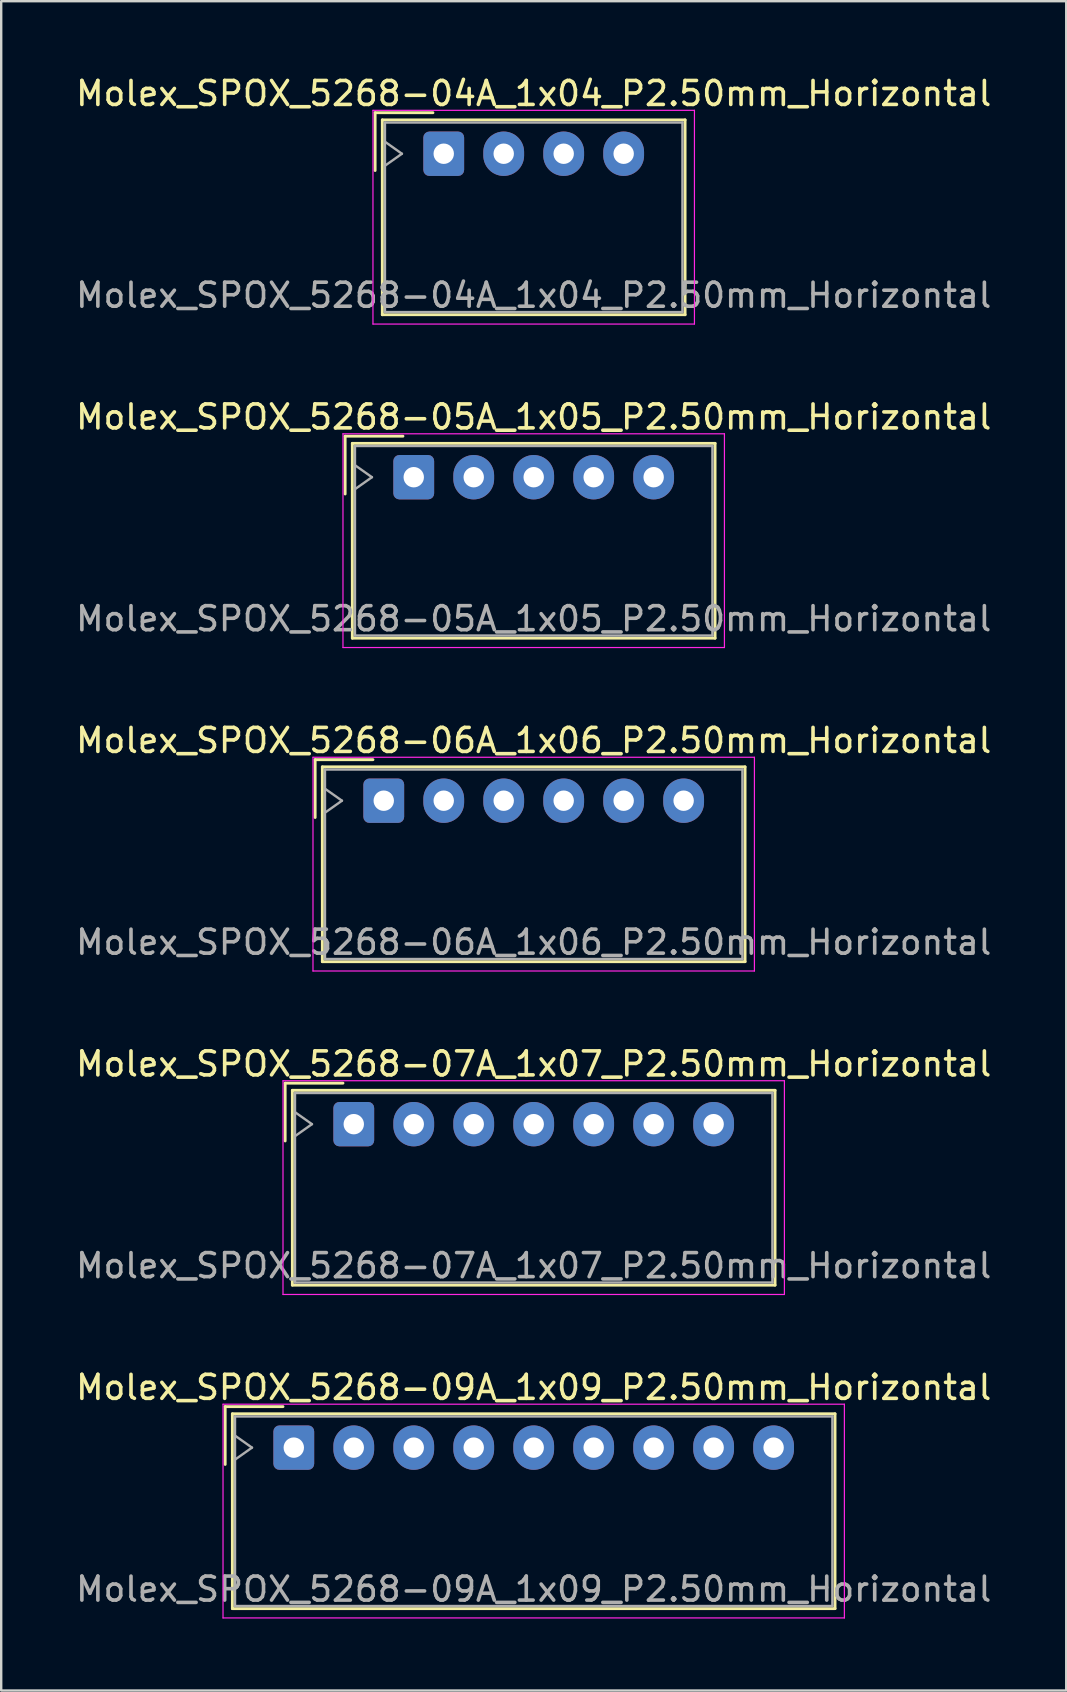
<source format=kicad_pcb>
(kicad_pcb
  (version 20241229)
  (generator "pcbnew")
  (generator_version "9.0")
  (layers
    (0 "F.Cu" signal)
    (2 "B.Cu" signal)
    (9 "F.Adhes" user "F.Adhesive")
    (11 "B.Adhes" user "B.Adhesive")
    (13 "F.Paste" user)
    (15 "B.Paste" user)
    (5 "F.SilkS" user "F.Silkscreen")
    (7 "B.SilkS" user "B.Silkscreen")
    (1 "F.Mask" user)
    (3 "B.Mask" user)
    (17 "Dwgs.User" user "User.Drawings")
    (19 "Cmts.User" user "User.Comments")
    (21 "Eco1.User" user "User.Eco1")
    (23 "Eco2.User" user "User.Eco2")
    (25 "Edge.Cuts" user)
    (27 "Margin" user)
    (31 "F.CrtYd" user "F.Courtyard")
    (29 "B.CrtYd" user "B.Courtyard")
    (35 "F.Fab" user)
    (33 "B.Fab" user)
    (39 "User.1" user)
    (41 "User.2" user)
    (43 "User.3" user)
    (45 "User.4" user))
  (footprint "Molex_SPOX_5268-09A_1x09_P2.50mm_Horizontal"
    (layer "F.Cu")
    (at 9.196 57.291)
    (property "Reference" "Molex_SPOX_5268-09A_1x09_P2.50mm_Horizontal" (at 10 -2.51 0) (layer "F.SilkS") (effects (font (size 1 1) (thickness 0.15))))
    (attr through_hole)
    (fp_line (start -2.86 -1.71) (end -0.45 -1.71) (stroke (width 0.12) (type solid)) (layer "F.SilkS"))
    (fp_line (start -2.86 0.7) (end -2.86 -1.71) (stroke (width 0.12) (type solid)) (layer "F.SilkS"))
    (fp_line (start -2.56 -1.41) (end -2.56 6.71) (stroke (width 0.12) (type solid)) (layer "F.SilkS"))
    (fp_line (start -2.56 6.71) (end 22.56 6.71) (stroke (width 0.12) (type solid)) (layer "F.SilkS"))
    (fp_line (start 22.56 -1.41) (end -2.56 -1.41) (stroke (width 0.12) (type solid)) (layer "F.SilkS"))
    (fp_line (start 22.56 6.71) (end 22.56 -1.41) (stroke (width 0.12) (type solid)) (layer "F.SilkS"))
    (fp_line (start -2.95 -1.81) (end -2.95 7.1) (stroke (width 0.05) (type solid)) (layer "F.CrtYd"))
    (fp_line (start -2.95 7.1) (end 22.95 7.1) (stroke (width 0.05) (type solid)) (layer "F.CrtYd"))
    (fp_line (start 22.95 -1.81) (end -2.95 -1.81) (stroke (width 0.05) (type solid)) (layer "F.CrtYd"))
    (fp_line (start 22.95 7.1) (end 22.95 -1.81) (stroke (width 0.05) (type solid)) (layer "F.CrtYd"))
    (fp_line (start -2.45 -1.3) (end -2.45 6.6) (stroke (width 0.1) (type solid)) (layer "F.Fab"))
    (fp_line (start -2.45 0.5) (end -1.743 0) (stroke (width 0.1) (type solid)) (layer "F.Fab"))
    (fp_line (start -2.45 6.6) (end 22.45 6.6) (stroke (width 0.1) (type solid)) (layer "F.Fab"))
    (fp_line (start -1.743 0) (end -2.45 -0.5) (stroke (width 0.1) (type solid)) (layer "F.Fab"))
    (fp_line (start 22.45 -1.3) (end -2.45 -1.3) (stroke (width 0.1) (type solid)) (layer "F.Fab"))
    (fp_line (start 22.45 6.6) (end 22.45 -1.3) (stroke (width 0.1) (type solid)) (layer "F.Fab"))
    (fp_text user "${REFERENCE}" (at 10 5.9 0) (layer "F.Fab") (effects (font (size 1 1) (thickness 0.15))))
    (pad "1" thru_hole roundrect (at 0 0) (size 1.7 1.85) (drill 0.85) (layers "*.Cu" "*.Mask") (roundrect_rratio 0.147))
    (pad "2" thru_hole oval (at 2.5 0) (size 1.7 1.85) (drill 0.85) (layers "*.Cu" "*.Mask"))
    (pad "3" thru_hole oval (at 5 0) (size 1.7 1.85) (drill 0.85) (layers "*.Cu" "*.Mask"))
    (pad "4" thru_hole oval (at 7.5 0) (size 1.7 1.85) (drill 0.85) (layers "*.Cu" "*.Mask"))
    (pad "5" thru_hole oval (at 10 0) (size 1.7 1.85) (drill 0.85) (layers "*.Cu" "*.Mask"))
    (pad "6" thru_hole oval (at 12.5 0) (size 1.7 1.85) (drill 0.85) (layers "*.Cu" "*.Mask"))
    (pad "7" thru_hole oval (at 15 0) (size 1.7 1.85) (drill 0.85) (layers "*.Cu" "*.Mask"))
    (pad "8" thru_hole oval (at 17.5 0) (size 1.7 1.85) (drill 0.85) (layers "*.Cu" "*.Mask"))
    (pad "9" thru_hole oval (at 20 0) (size 1.7 1.85) (drill 0.85) (layers "*.Cu" "*.Mask")))
  (footprint "Molex_SPOX_5268-06A_1x06_P2.50mm_Horizontal"
    (layer "F.Cu")
    (at 12.946 30.325)
    (property "Reference" "Molex_SPOX_5268-06A_1x06_P2.50mm_Horizontal" (at 6.25 -2.51 0) (layer "F.SilkS") (effects (font (size 1 1) (thickness 0.15))))
    (attr through_hole)
    (fp_line (start -2.86 -1.71) (end -0.45 -1.71) (stroke (width 0.12) (type solid)) (layer "F.SilkS"))
    (fp_line (start -2.86 0.7) (end -2.86 -1.71) (stroke (width 0.12) (type solid)) (layer "F.SilkS"))
    (fp_line (start -2.56 -1.41) (end -2.56 6.71) (stroke (width 0.12) (type solid)) (layer "F.SilkS"))
    (fp_line (start -2.56 6.71) (end 15.06 6.71) (stroke (width 0.12) (type solid)) (layer "F.SilkS"))
    (fp_line (start 15.06 -1.41) (end -2.56 -1.41) (stroke (width 0.12) (type solid)) (layer "F.SilkS"))
    (fp_line (start 15.06 6.71) (end 15.06 -1.41) (stroke (width 0.12) (type solid)) (layer "F.SilkS"))
    (fp_line (start -2.95 -1.81) (end -2.95 7.1) (stroke (width 0.05) (type solid)) (layer "F.CrtYd"))
    (fp_line (start -2.95 7.1) (end 15.45 7.1) (stroke (width 0.05) (type solid)) (layer "F.CrtYd"))
    (fp_line (start 15.45 -1.81) (end -2.95 -1.81) (stroke (width 0.05) (type solid)) (layer "F.CrtYd"))
    (fp_line (start 15.45 7.1) (end 15.45 -1.81) (stroke (width 0.05) (type solid)) (layer "F.CrtYd"))
    (fp_line (start -2.45 -1.3) (end -2.45 6.6) (stroke (width 0.1) (type solid)) (layer "F.Fab"))
    (fp_line (start -2.45 0.5) (end -1.743 0) (stroke (width 0.1) (type solid)) (layer "F.Fab"))
    (fp_line (start -2.45 6.6) (end 14.95 6.6) (stroke (width 0.1) (type solid)) (layer "F.Fab"))
    (fp_line (start -1.743 0) (end -2.45 -0.5) (stroke (width 0.1) (type solid)) (layer "F.Fab"))
    (fp_line (start 14.95 -1.3) (end -2.45 -1.3) (stroke (width 0.1) (type solid)) (layer "F.Fab"))
    (fp_line (start 14.95 6.6) (end 14.95 -1.3) (stroke (width 0.1) (type solid)) (layer "F.Fab"))
    (fp_text user "${REFERENCE}" (at 6.25 5.9 0) (layer "F.Fab") (effects (font (size 1 1) (thickness 0.15))))
    (pad "1" thru_hole roundrect (at 0 0) (size 1.7 1.85) (drill 0.85) (layers "*.Cu" "*.Mask") (roundrect_rratio 0.147))
    (pad "2" thru_hole oval (at 2.5 0) (size 1.7 1.85) (drill 0.85) (layers "*.Cu" "*.Mask"))
    (pad "3" thru_hole oval (at 5 0) (size 1.7 1.85) (drill 0.85) (layers "*.Cu" "*.Mask"))
    (pad "4" thru_hole oval (at 7.5 0) (size 1.7 1.85) (drill 0.85) (layers "*.Cu" "*.Mask"))
    (pad "5" thru_hole oval (at 10 0) (size 1.7 1.85) (drill 0.85) (layers "*.Cu" "*.Mask"))
    (pad "6" thru_hole oval (at 12.5 0) (size 1.7 1.85) (drill 0.85) (layers "*.Cu" "*.Mask")))
  (footprint "Molex_SPOX_5268-05A_1x05_P2.50mm_Horizontal"
    (layer "F.Cu")
    (at 14.196 16.841)
    (property "Reference" "Molex_SPOX_5268-05A_1x05_P2.50mm_Horizontal" (at 5 -2.51 0) (layer "F.SilkS") (effects (font (size 1 1) (thickness 0.15))))
    (attr through_hole)
    (fp_line (start -2.86 -1.71) (end -0.45 -1.71) (stroke (width 0.12) (type solid)) (layer "F.SilkS"))
    (fp_line (start -2.86 0.7) (end -2.86 -1.71) (stroke (width 0.12) (type solid)) (layer "F.SilkS"))
    (fp_line (start -2.56 -1.41) (end -2.56 6.71) (stroke (width 0.12) (type solid)) (layer "F.SilkS"))
    (fp_line (start -2.56 6.71) (end 12.56 6.71) (stroke (width 0.12) (type solid)) (layer "F.SilkS"))
    (fp_line (start 12.56 -1.41) (end -2.56 -1.41) (stroke (width 0.12) (type solid)) (layer "F.SilkS"))
    (fp_line (start 12.56 6.71) (end 12.56 -1.41) (stroke (width 0.12) (type solid)) (layer "F.SilkS"))
    (fp_line (start -2.95 -1.81) (end -2.95 7.1) (stroke (width 0.05) (type solid)) (layer "F.CrtYd"))
    (fp_line (start -2.95 7.1) (end 12.95 7.1) (stroke (width 0.05) (type solid)) (layer "F.CrtYd"))
    (fp_line (start 12.95 -1.81) (end -2.95 -1.81) (stroke (width 0.05) (type solid)) (layer "F.CrtYd"))
    (fp_line (start 12.95 7.1) (end 12.95 -1.81) (stroke (width 0.05) (type solid)) (layer "F.CrtYd"))
    (fp_line (start -2.45 -1.3) (end -2.45 6.6) (stroke (width 0.1) (type solid)) (layer "F.Fab"))
    (fp_line (start -2.45 0.5) (end -1.743 0) (stroke (width 0.1) (type solid)) (layer "F.Fab"))
    (fp_line (start -2.45 6.6) (end 12.45 6.6) (stroke (width 0.1) (type solid)) (layer "F.Fab"))
    (fp_line (start -1.743 0) (end -2.45 -0.5) (stroke (width 0.1) (type solid)) (layer "F.Fab"))
    (fp_line (start 12.45 -1.3) (end -2.45 -1.3) (stroke (width 0.1) (type solid)) (layer "F.Fab"))
    (fp_line (start 12.45 6.6) (end 12.45 -1.3) (stroke (width 0.1) (type solid)) (layer "F.Fab"))
    (fp_text user "${REFERENCE}" (at 5 5.9 0) (layer "F.Fab") (effects (font (size 1 1) (thickness 0.15))))
    (pad "1" thru_hole roundrect (at 0 0) (size 1.7 1.85) (drill 0.85) (layers "*.Cu" "*.Mask") (roundrect_rratio 0.147))
    (pad "2" thru_hole oval (at 2.5 0) (size 1.7 1.85) (drill 0.85) (layers "*.Cu" "*.Mask"))
    (pad "3" thru_hole oval (at 5 0) (size 1.7 1.85) (drill 0.85) (layers "*.Cu" "*.Mask"))
    (pad "4" thru_hole oval (at 7.5 0) (size 1.7 1.85) (drill 0.85) (layers "*.Cu" "*.Mask"))
    (pad "5" thru_hole oval (at 10 0) (size 1.7 1.85) (drill 0.85) (layers "*.Cu" "*.Mask")))
  (footprint "Molex_SPOX_5268-04A_1x04_P2.50mm_Horizontal"
    (layer "F.Cu")
    (at 15.446 3.358)
    (property "Reference" "Molex_SPOX_5268-04A_1x04_P2.50mm_Horizontal" (at 3.75 -2.51 0) (layer "F.SilkS") (effects (font (size 1 1) (thickness 0.15))))
    (attr through_hole)
    (fp_line (start -2.86 -1.71) (end -0.45 -1.71) (stroke (width 0.12) (type solid)) (layer "F.SilkS"))
    (fp_line (start -2.86 0.7) (end -2.86 -1.71) (stroke (width 0.12) (type solid)) (layer "F.SilkS"))
    (fp_line (start -2.56 -1.41) (end -2.56 6.71) (stroke (width 0.12) (type solid)) (layer "F.SilkS"))
    (fp_line (start -2.56 6.71) (end 10.06 6.71) (stroke (width 0.12) (type solid)) (layer "F.SilkS"))
    (fp_line (start 10.06 -1.41) (end -2.56 -1.41) (stroke (width 0.12) (type solid)) (layer "F.SilkS"))
    (fp_line (start 10.06 6.71) (end 10.06 -1.41) (stroke (width 0.12) (type solid)) (layer "F.SilkS"))
    (fp_line (start -2.95 -1.81) (end -2.95 7.1) (stroke (width 0.05) (type solid)) (layer "F.CrtYd"))
    (fp_line (start -2.95 7.1) (end 10.45 7.1) (stroke (width 0.05) (type solid)) (layer "F.CrtYd"))
    (fp_line (start 10.45 -1.81) (end -2.95 -1.81) (stroke (width 0.05) (type solid)) (layer "F.CrtYd"))
    (fp_line (start 10.45 7.1) (end 10.45 -1.81) (stroke (width 0.05) (type solid)) (layer "F.CrtYd"))
    (fp_line (start -2.45 -1.3) (end -2.45 6.6) (stroke (width 0.1) (type solid)) (layer "F.Fab"))
    (fp_line (start -2.45 0.5) (end -1.743 0) (stroke (width 0.1) (type solid)) (layer "F.Fab"))
    (fp_line (start -2.45 6.6) (end 9.95 6.6) (stroke (width 0.1) (type solid)) (layer "F.Fab"))
    (fp_line (start -1.743 0) (end -2.45 -0.5) (stroke (width 0.1) (type solid)) (layer "F.Fab"))
    (fp_line (start 9.95 -1.3) (end -2.45 -1.3) (stroke (width 0.1) (type solid)) (layer "F.Fab"))
    (fp_line (start 9.95 6.6) (end 9.95 -1.3) (stroke (width 0.1) (type solid)) (layer "F.Fab"))
    (fp_text user "${REFERENCE}" (at 3.75 5.9 0) (layer "F.Fab") (effects (font (size 1 1) (thickness 0.15))))
    (pad "1" thru_hole roundrect (at 0 0) (size 1.7 1.85) (drill 0.85) (layers "*.Cu" "*.Mask") (roundrect_rratio 0.147))
    (pad "2" thru_hole oval (at 2.5 0) (size 1.7 1.85) (drill 0.85) (layers "*.Cu" "*.Mask"))
    (pad "3" thru_hole oval (at 5 0) (size 1.7 1.85) (drill 0.85) (layers "*.Cu" "*.Mask"))
    (pad "4" thru_hole oval (at 7.5 0) (size 1.7 1.85) (drill 0.85) (layers "*.Cu" "*.Mask")))
  (footprint "Molex_SPOX_5268-07A_1x07_P2.50mm_Horizontal"
    (layer "F.Cu")
    (at 11.696 43.808)
    (property "Reference" "Molex_SPOX_5268-07A_1x07_P2.50mm_Horizontal" (at 7.5 -2.51 0) (layer "F.SilkS") (effects (font (size 1 1) (thickness 0.15))))
    (attr through_hole)
    (fp_line (start -2.86 -1.71) (end -0.45 -1.71) (stroke (width 0.12) (type solid)) (layer "F.SilkS"))
    (fp_line (start -2.86 0.7) (end -2.86 -1.71) (stroke (width 0.12) (type solid)) (layer "F.SilkS"))
    (fp_line (start -2.56 -1.41) (end -2.56 6.71) (stroke (width 0.12) (type solid)) (layer "F.SilkS"))
    (fp_line (start -2.56 6.71) (end 17.56 6.71) (stroke (width 0.12) (type solid)) (layer "F.SilkS"))
    (fp_line (start 17.56 -1.41) (end -2.56 -1.41) (stroke (width 0.12) (type solid)) (layer "F.SilkS"))
    (fp_line (start 17.56 6.71) (end 17.56 -1.41) (stroke (width 0.12) (type solid)) (layer "F.SilkS"))
    (fp_line (start -2.95 -1.81) (end -2.95 7.1) (stroke (width 0.05) (type solid)) (layer "F.CrtYd"))
    (fp_line (start -2.95 7.1) (end 17.95 7.1) (stroke (width 0.05) (type solid)) (layer "F.CrtYd"))
    (fp_line (start 17.95 -1.81) (end -2.95 -1.81) (stroke (width 0.05) (type solid)) (layer "F.CrtYd"))
    (fp_line (start 17.95 7.1) (end 17.95 -1.81) (stroke (width 0.05) (type solid)) (layer "F.CrtYd"))
    (fp_line (start -2.45 -1.3) (end -2.45 6.6) (stroke (width 0.1) (type solid)) (layer "F.Fab"))
    (fp_line (start -2.45 0.5) (end -1.743 0) (stroke (width 0.1) (type solid)) (layer "F.Fab"))
    (fp_line (start -2.45 6.6) (end 17.45 6.6) (stroke (width 0.1) (type solid)) (layer "F.Fab"))
    (fp_line (start -1.743 0) (end -2.45 -0.5) (stroke (width 0.1) (type solid)) (layer "F.Fab"))
    (fp_line (start 17.45 -1.3) (end -2.45 -1.3) (stroke (width 0.1) (type solid)) (layer "F.Fab"))
    (fp_line (start 17.45 6.6) (end 17.45 -1.3) (stroke (width 0.1) (type solid)) (layer "F.Fab"))
    (fp_text user "${REFERENCE}" (at 7.5 5.9 0) (layer "F.Fab") (effects (font (size 1 1) (thickness 0.15))))
    (pad "1" thru_hole roundrect (at 0 0) (size 1.7 1.85) (drill 0.85) (layers "*.Cu" "*.Mask") (roundrect_rratio 0.147))
    (pad "2" thru_hole oval (at 2.5 0) (size 1.7 1.85) (drill 0.85) (layers "*.Cu" "*.Mask"))
    (pad "3" thru_hole oval (at 5 0) (size 1.7 1.85) (drill 0.85) (layers "*.Cu" "*.Mask"))
    (pad "4" thru_hole oval (at 7.5 0) (size 1.7 1.85) (drill 0.85) (layers "*.Cu" "*.Mask"))
    (pad "5" thru_hole oval (at 10 0) (size 1.7 1.85) (drill 0.85) (layers "*.Cu" "*.Mask"))
    (pad "6" thru_hole oval (at 12.5 0) (size 1.7 1.85) (drill 0.85) (layers "*.Cu" "*.Mask"))
    (pad "7" thru_hole oval (at 15 0) (size 1.7 1.85) (drill 0.85) (layers "*.Cu" "*.Mask")))
  (gr_rect
    (start -3 -3)
    (end 41.393 67.416)
    (stroke (width 0.1) (type default))
    (fill no)
    (layer "Edge.Cuts")))
</source>
